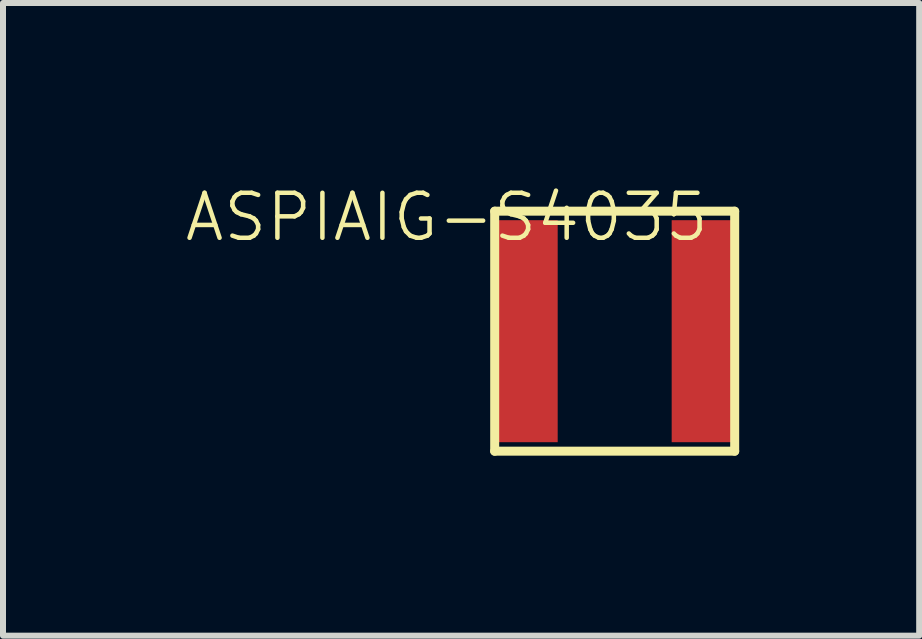
<source format=kicad_pcb>
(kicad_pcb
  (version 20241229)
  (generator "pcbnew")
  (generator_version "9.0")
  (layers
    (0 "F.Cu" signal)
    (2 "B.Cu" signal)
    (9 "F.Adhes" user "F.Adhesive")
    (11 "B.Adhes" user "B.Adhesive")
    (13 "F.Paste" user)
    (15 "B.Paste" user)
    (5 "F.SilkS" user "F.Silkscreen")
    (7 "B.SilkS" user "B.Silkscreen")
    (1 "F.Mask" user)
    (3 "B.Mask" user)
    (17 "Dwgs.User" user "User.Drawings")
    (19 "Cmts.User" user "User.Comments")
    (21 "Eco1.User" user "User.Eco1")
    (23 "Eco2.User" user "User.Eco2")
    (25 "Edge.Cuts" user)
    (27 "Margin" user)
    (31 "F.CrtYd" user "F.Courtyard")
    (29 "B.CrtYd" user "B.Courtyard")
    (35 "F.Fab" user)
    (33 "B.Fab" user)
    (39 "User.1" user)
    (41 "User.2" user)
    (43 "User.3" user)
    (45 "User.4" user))
  (footprint "ASPIAIG-S4035"
    (layer "F.Cu")
    (at 7.195 2.47)
    (property "Reference" "ASPIAIG-S4035" (at -2.8 -1.9 0) (layer "F.SilkS") (effects (font (size 0.75 0.75) (thickness 0.075))))
    (attr through_hole)
    (fp_line (start -2 -2) (end 2 -2) (stroke (width 0.15) (type solid)) (layer "F.SilkS"))
    (fp_line (start -2 2) (end -2 -2) (stroke (width 0.15) (type solid)) (layer "F.SilkS"))
    (fp_line (start -2 2) (end 2 2) (stroke (width 0.15) (type solid)) (layer "F.SilkS"))
    (fp_line (start 2 2) (end 2 -2) (stroke (width 0.15) (type solid)) (layer "F.SilkS"))
    (pad "1" smd rect (at -1.5 0) (size 1.1 3.7) (layers "F.Cu" "F.Mask" "F.Paste"))
    (pad "2" smd rect (at 1.5 0) (size 1.1 3.7) (layers "F.Cu" "F.Mask" "F.Paste")))
  (gr_rect
    (start -3 -3)
    (end 12.27 7.545)
    (stroke (width 0.1) (type default))
    (fill no)
    (layer "Edge.Cuts")))
</source>
